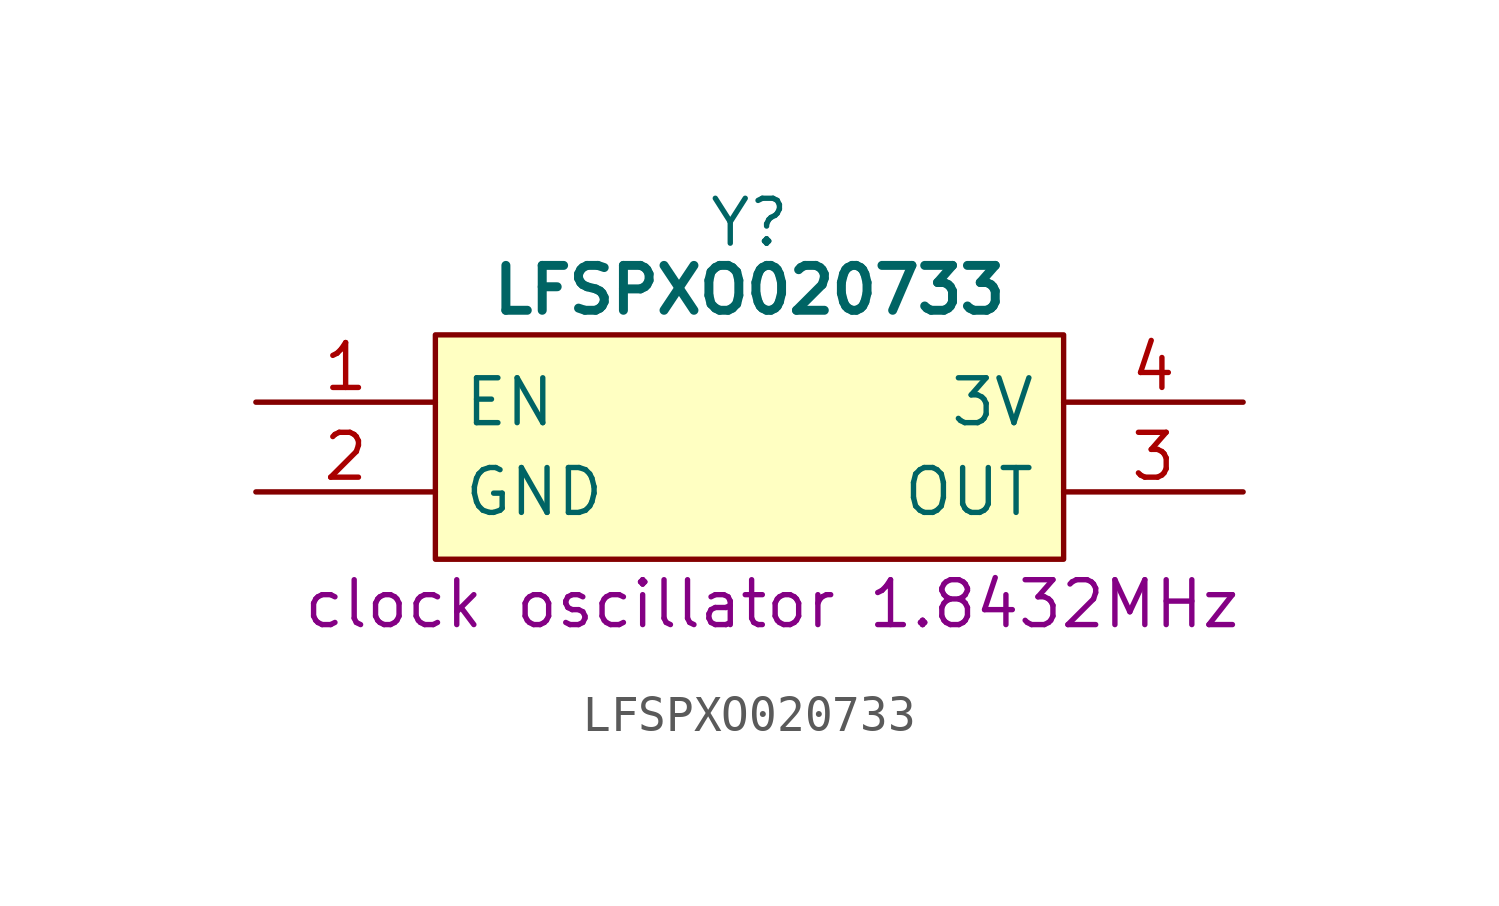
<source format=kicad_sym>
(kicad_symbol_lib
  (version 20241209)
  (generator "kicad_symbol_editor")
  (generator_version "9.0")
  (symbol "LFSPXO020733"
    (pin_names
      (offset 0.762))
    (property "Reference" "Y"
      (at 13.97 5.08 0)
      (effects (font (size 1.27 1.27))))
    (property "Value" "LFSPXO020733"
      (at 13.97 3.175 0)
      (effects (font (size 1.27 1.27) (bold yes))))
    (property "Description" "clock oscillator 1.8432MHz"
      (at 14.605 -5.715 0)
      (effects (font (size 1.27 1.27))))
    (symbol "LFSPXO020733_0_0"
      (pin input line (at 0 0 0) (length 5.08) (name "EN" (effects (font (size 1.27 1.27)))) (number "1" (effects (font (size 1.27 1.27))))))
    (symbol "LFSPXO020733_0_1"
      (polyline (pts (xy 5.08 1.905) (xy 22.86 1.905) (xy 22.86 -4.445) (xy 5.08 -4.445) (xy 5.08 1.905)) (stroke (width 0.152) (type default)) (fill (type background))))
    (symbol "LFSPXO020733_1_0"
      (pin passive line (at 0 -2.54 0) (length 5.08) (name "GND" (effects (font (size 1.27 1.27)))) (number "2" (effects (font (size 1.27 1.27)))))
      (pin passive line (at 27.94 0 180) (length 5.08) (name "3V" (effects (font (size 1.27 1.27)))) (number "4" (effects (font (size 1.27 1.27)))))
      (pin output line (at 27.94 -2.54 180) (length 5.08) (name "OUT" (effects (font (size 1.27 1.27)))) (number "3" (effects (font (size 1.27 1.27))))))))
</source>
